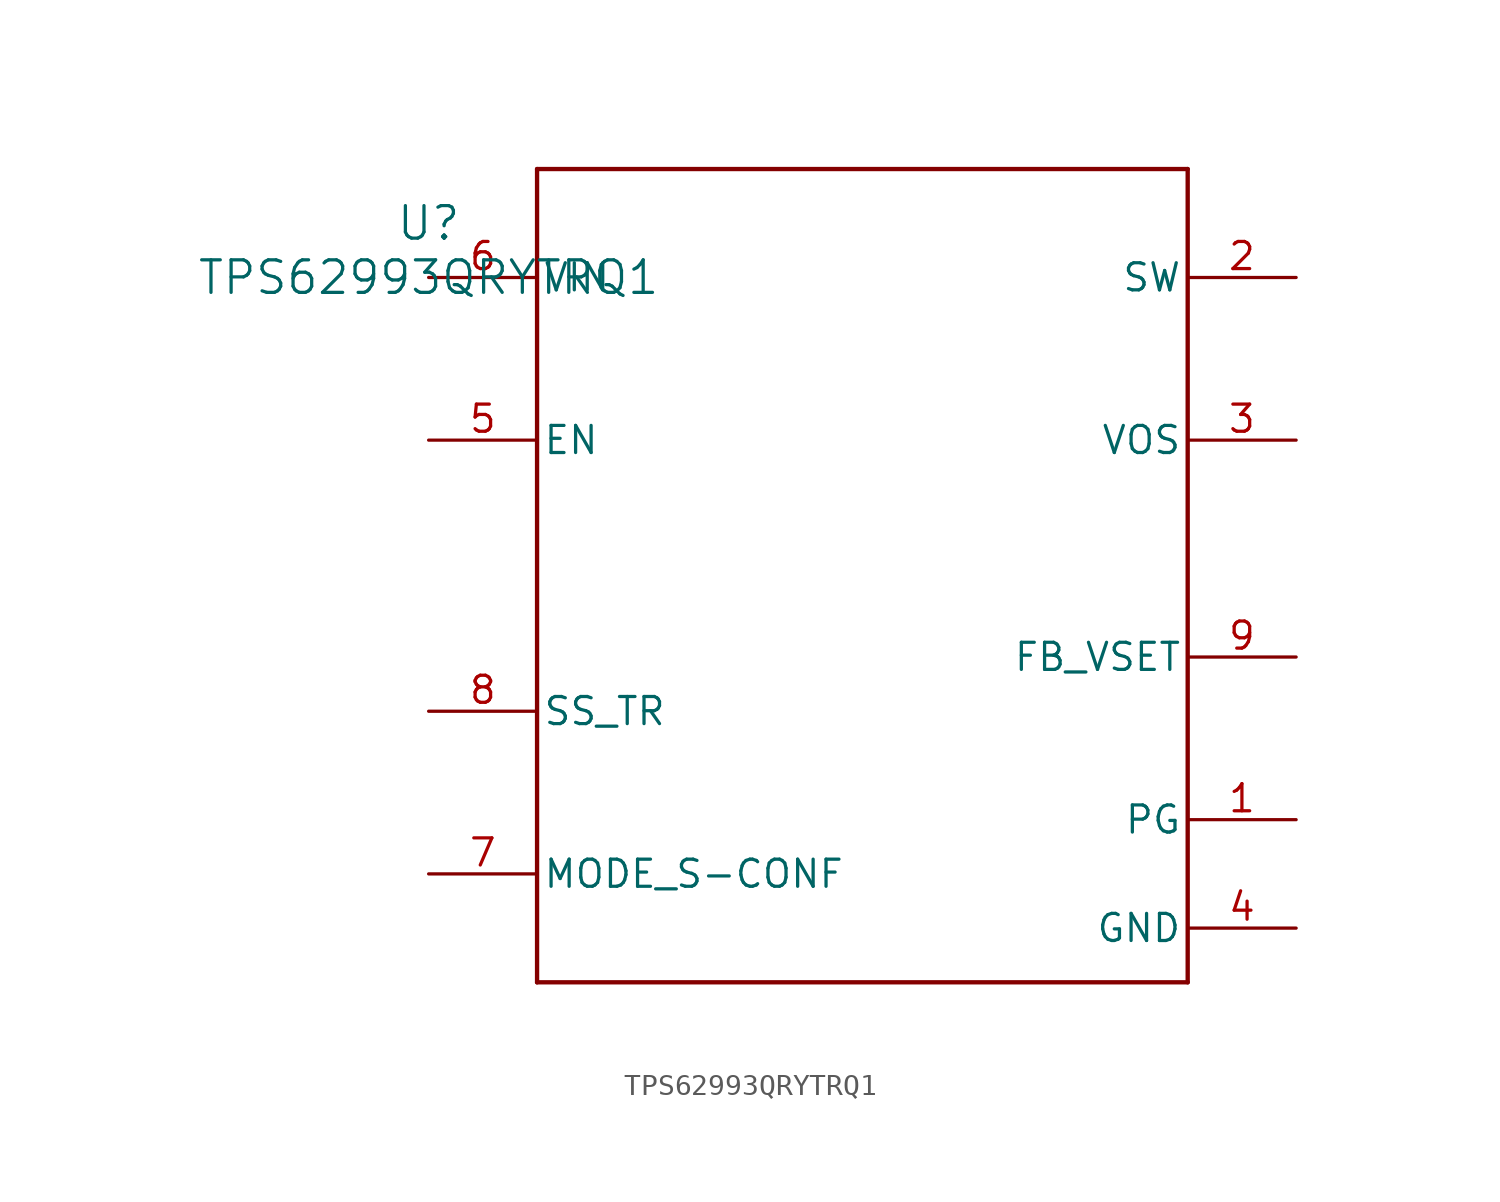
<source format=kicad_sym>
(kicad_symbol_lib
  (version 20211014)
  (generator kicad_symbol_editor)
  (symbol "TPS62993QRYTRQ1"
    (pin_names
      (offset 0.254))
    (property "Reference" "U"
      (at 0 2.54 0)
      (effects (font (size 1.524 1.524))))
    (property "Value" "TPS62993QRYTRQ1"
      (at 0 0 0)
      (effects (font (size 1.524 1.524))))
    (symbol "TPS62993QRYTRQ1_0_1"
      (polyline (pts (xy 5.08 -33.02) (xy 35.56 -33.02)) (stroke (width 0.203) (type default) (color 0 0 0 0)) (fill (type none)))
      (polyline (pts (xy 35.56 -33.02) (xy 35.56 5.08)) (stroke (width 0.203) (type default) (color 0 0 0 0)) (fill (type none)))
      (polyline (pts (xy 35.56 5.08) (xy 5.08 5.08)) (stroke (width 0.203) (type default) (color 0 0 0 0)) (fill (type none)))
      (polyline (pts (xy 5.08 5.08) (xy 5.08 -33.02)) (stroke (width 0.203) (type default) (color 0 0 0 0)) (fill (type none)))
      (pin open_collector line (at 40.64 -25.4 180) (length 5.08) (name "PG" (effects (font (size 1.27 1.27)))) (number "1" (effects (font (size 1.27 1.27)))))
      (pin unspecified line (at 40.64 0 180) (length 5.08) (name "SW" (effects (font (size 1.27 1.27)))) (number "2" (effects (font (size 1.27 1.27)))))
      (pin unspecified line (at 40.64 -7.62 180) (length 5.08) (name "VOS" (effects (font (size 1.27 1.27)))) (number "3" (effects (font (size 1.27 1.27)))))
      (pin power_in line (at 40.64 -30.48 180) (length 5.08) (name "GND" (effects (font (size 1.27 1.27)))) (number "4" (effects (font (size 1.27 1.27)))))
      (pin input line (at 0 -7.62 0) (length 5.08) (name "EN" (effects (font (size 1.27 1.27)))) (number "5" (effects (font (size 1.27 1.27)))))
      (pin power_in line (at 0 0 0) (length 5.08) (name "VIN" (effects (font (size 1.27 1.27)))) (number "6" (effects (font (size 1.27 1.27)))))
      (pin input line (at 0 -27.94 0) (length 5.08) (name "MODE_S-CONF" (effects (font (size 1.27 1.27)))) (number "7" (effects (font (size 1.27 1.27)))))
      (pin unspecified line (at 0 -20.32 0) (length 5.08) (name "SS_TR" (effects (font (size 1.27 1.27)))) (number "8" (effects (font (size 1.27 1.27)))))
      (pin unspecified line (at 40.64 -17.78 180) (length 5.08) (name "FB_VSET" (effects (font (size 1.27 1.27)))) (number "9" (effects (font (size 1.27 1.27))))))))
</source>
